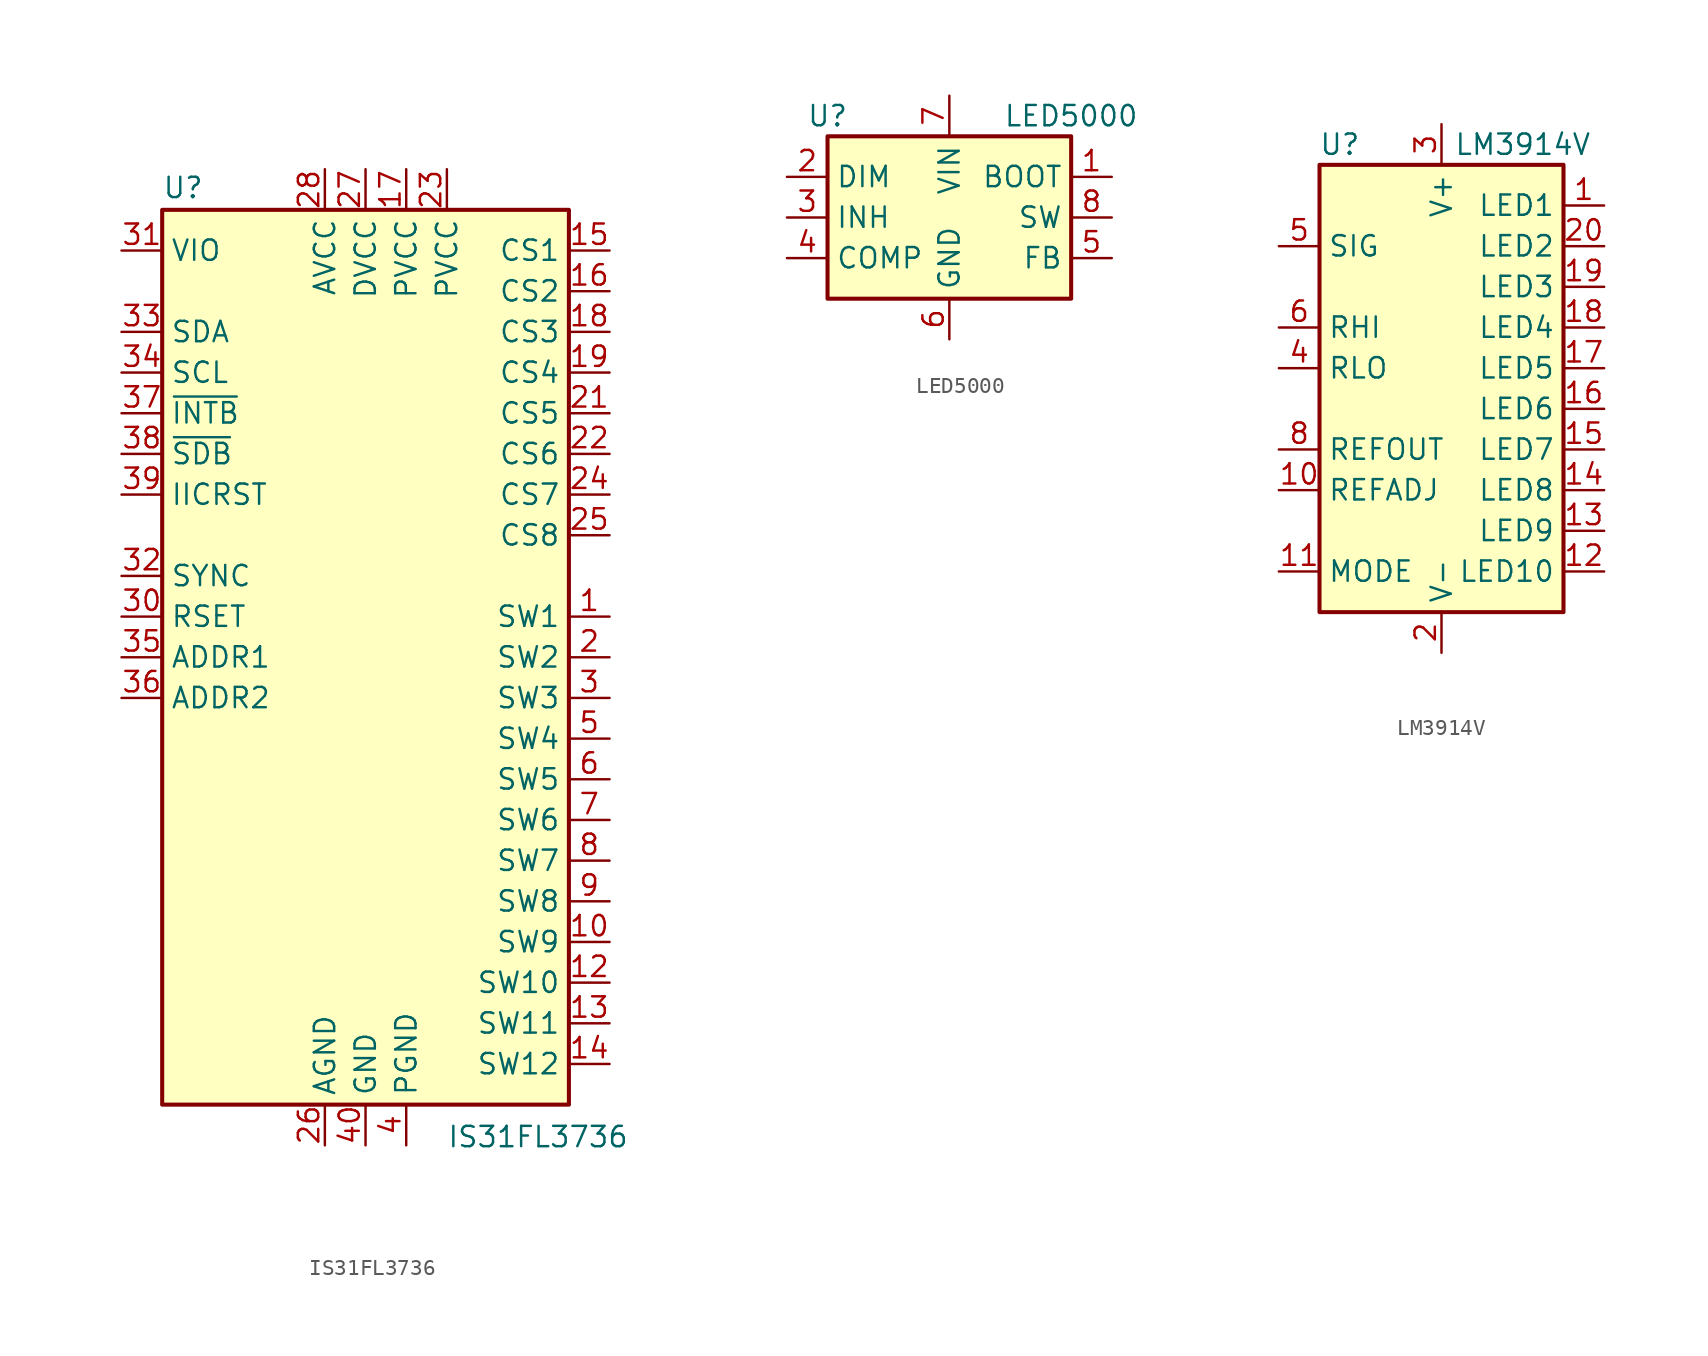
<source format=kicad_sym>
(kicad_symbol_lib
  (version 20200908)
  (generator kicad_symbol_editor)
  (symbol "Driver_LED:IS31FL3736"
    (property "Reference" "U"
      (at -12.7 28.575 0)
      (effects (font (size 1.27 1.27)) (justify left bottom)))
    (property "Value" "IS31FL3736"
      (at 5.08 -29.21 0)
      (effects (font (size 1.27 1.27)) (justify left top)))
    (symbol "IS31FL3736_0_1"
      (rectangle (start -12.7 27.94) (end 12.7 -27.94) (stroke (width 0.254)) (fill (type background))))
    (symbol "IS31FL3736_1_1"
      (pin input line (at 15.24 2.54 180) (length 2.54) (name "SW1" (effects (font (size 1.27 1.27)))) (number "1" (effects (font (size 1.27 1.27)))))
      (pin input line (at 15.24 -17.78 180) (length 2.54) (name "SW9" (effects (font (size 1.27 1.27)))) (number "10" (effects (font (size 1.27 1.27)))))
      (pin passive line (at 2.54 -30.48 90) (length 2.54) hide (name "PGND" (effects (font (size 1.27 1.27)))) (number "11" (effects (font (size 1.27 1.27)))))
      (pin input line (at 15.24 -20.32 180) (length 2.54) (name "SW10" (effects (font (size 1.27 1.27)))) (number "12" (effects (font (size 1.27 1.27)))))
      (pin input line (at 15.24 -22.86 180) (length 2.54) (name "SW11" (effects (font (size 1.27 1.27)))) (number "13" (effects (font (size 1.27 1.27)))))
      (pin input line (at 15.24 -25.4 180) (length 2.54) (name "SW12" (effects (font (size 1.27 1.27)))) (number "14" (effects (font (size 1.27 1.27)))))
      (pin output line (at 15.24 25.4 180) (length 2.54) (name "CS1" (effects (font (size 1.27 1.27)))) (number "15" (effects (font (size 1.27 1.27)))))
      (pin output line (at 15.24 22.86 180) (length 2.54) (name "CS2" (effects (font (size 1.27 1.27)))) (number "16" (effects (font (size 1.27 1.27)))))
      (pin power_in line (at 2.54 30.48 270) (length 2.54) (name "PVCC" (effects (font (size 1.27 1.27)))) (number "17" (effects (font (size 1.27 1.27)))))
      (pin output line (at 15.24 20.32 180) (length 2.54) (name "CS3" (effects (font (size 1.27 1.27)))) (number "18" (effects (font (size 1.27 1.27)))))
      (pin output line (at 15.24 17.78 180) (length 2.54) (name "CS4" (effects (font (size 1.27 1.27)))) (number "19" (effects (font (size 1.27 1.27)))))
      (pin input line (at 15.24 0 180) (length 2.54) (name "SW2" (effects (font (size 1.27 1.27)))) (number "2" (effects (font (size 1.27 1.27)))))
      (pin unconnected line (at -12.7 -22.86 0) (length 2.54) hide (name "NC" (effects (font (size 1.27 1.27)))) (number "20" (effects (font (size 1.27 1.27)))))
      (pin output line (at 15.24 15.24 180) (length 2.54) (name "CS5" (effects (font (size 1.27 1.27)))) (number "21" (effects (font (size 1.27 1.27)))))
      (pin output line (at 15.24 12.7 180) (length 2.54) (name "CS6" (effects (font (size 1.27 1.27)))) (number "22" (effects (font (size 1.27 1.27)))))
      (pin power_in line (at 5.08 30.48 270) (length 2.54) (name "PVCC" (effects (font (size 1.27 1.27)))) (number "23" (effects (font (size 1.27 1.27)))))
      (pin output line (at 15.24 10.16 180) (length 2.54) (name "CS7" (effects (font (size 1.27 1.27)))) (number "24" (effects (font (size 1.27 1.27)))))
      (pin output line (at 15.24 7.62 180) (length 2.54) (name "CS8" (effects (font (size 1.27 1.27)))) (number "25" (effects (font (size 1.27 1.27)))))
      (pin power_in line (at -2.54 -30.48 90) (length 2.54) (name "AGND" (effects (font (size 1.27 1.27)))) (number "26" (effects (font (size 1.27 1.27)))))
      (pin power_in line (at 0 30.48 270) (length 2.54) (name "DVCC" (effects (font (size 1.27 1.27)))) (number "27" (effects (font (size 1.27 1.27)))))
      (pin power_in line (at -2.54 30.48 270) (length 2.54) (name "AVCC" (effects (font (size 1.27 1.27)))) (number "28" (effects (font (size 1.27 1.27)))))
      (pin unconnected line (at -12.7 -25.4 0) (length 2.54) hide (name "NC" (effects (font (size 1.27 1.27)))) (number "29" (effects (font (size 1.27 1.27)))))
      (pin input line (at 15.24 -2.54 180) (length 2.54) (name "SW3" (effects (font (size 1.27 1.27)))) (number "3" (effects (font (size 1.27 1.27)))))
      (pin passive line (at -15.24 2.54 0) (length 2.54) (name "RSET" (effects (font (size 1.27 1.27)))) (number "30" (effects (font (size 1.27 1.27)))))
      (pin input line (at -15.24 25.4 0) (length 2.54) (name "VIO" (effects (font (size 1.27 1.27)))) (number "31" (effects (font (size 1.27 1.27)))))
      (pin input line (at -15.24 5.08 0) (length 2.54) (name "SYNC" (effects (font (size 1.27 1.27)))) (number "32" (effects (font (size 1.27 1.27)))))
      (pin bidirectional line (at -15.24 20.32 0) (length 2.54) (name "SDA" (effects (font (size 1.27 1.27)))) (number "33" (effects (font (size 1.27 1.27)))))
      (pin input line (at -15.24 17.78 0) (length 2.54) (name "SCL" (effects (font (size 1.27 1.27)))) (number "34" (effects (font (size 1.27 1.27)))))
      (pin input line (at -15.24 0 0) (length 2.54) (name "ADDR1" (effects (font (size 1.27 1.27)))) (number "35" (effects (font (size 1.27 1.27)))))
      (pin input line (at -15.24 -2.54 0) (length 2.54) (name "ADDR2" (effects (font (size 1.27 1.27)))) (number "36" (effects (font (size 1.27 1.27)))))
      (pin open_collector line (at -15.24 15.24 0) (length 2.54) (name "~INTB" (effects (font (size 1.27 1.27)))) (number "37" (effects (font (size 1.27 1.27)))))
      (pin input line (at -15.24 12.7 0) (length 2.54) (name "~SDB" (effects (font (size 1.27 1.27)))) (number "38" (effects (font (size 1.27 1.27)))))
      (pin input line (at -15.24 10.16 0) (length 2.54) (name "IICRST" (effects (font (size 1.27 1.27)))) (number "39" (effects (font (size 1.27 1.27)))))
      (pin power_in line (at 2.54 -30.48 90) (length 2.54) (name "PGND" (effects (font (size 1.27 1.27)))) (number "4" (effects (font (size 1.27 1.27)))))
      (pin power_in line (at 0 -30.48 90) (length 2.54) (name "GND" (effects (font (size 1.27 1.27)))) (number "40" (effects (font (size 1.27 1.27)))))
      (pin passive line (at 0 -30.48 90) (length 2.54) hide (name "GND" (effects (font (size 1.27 1.27)))) (number "41" (effects (font (size 1.27 1.27)))))
      (pin input line (at 15.24 -5.08 180) (length 2.54) (name "SW4" (effects (font (size 1.27 1.27)))) (number "5" (effects (font (size 1.27 1.27)))))
      (pin input line (at 15.24 -7.62 180) (length 2.54) (name "SW5" (effects (font (size 1.27 1.27)))) (number "6" (effects (font (size 1.27 1.27)))))
      (pin input line (at 15.24 -10.16 180) (length 2.54) (name "SW6" (effects (font (size 1.27 1.27)))) (number "7" (effects (font (size 1.27 1.27)))))
      (pin input line (at 15.24 -12.7 180) (length 2.54) (name "SW7" (effects (font (size 1.27 1.27)))) (number "8" (effects (font (size 1.27 1.27)))))
      (pin input line (at 15.24 -15.24 180) (length 2.54) (name "SW8" (effects (font (size 1.27 1.27)))) (number "9" (effects (font (size 1.27 1.27)))))))
  (symbol "Driver_LED:LED5000"
    (property "Reference" "U"
      (at -7.62 6.35 0)
      (effects (font (size 1.27 1.27))))
    (property "Value" "LED5000"
      (at 7.62 6.35 0)
      (effects (font (size 1.27 1.27))))
    (symbol "LED5000_1_1"
      (rectangle (start -7.62 5.08) (end 7.62 -5.08) (stroke (width 0.254)) (fill (type background))))
    (symbol "LED5000_1_0"
      (pin passive line (at 10.16 2.54 180) (length 2.54) (name "BOOT" (effects (font (size 1.27 1.27)))) (number "1" (effects (font (size 1.27 1.27)))))
      (pin input line (at -10.16 2.54 0) (length 2.54) (name "DIM" (effects (font (size 1.27 1.27)))) (number "2" (effects (font (size 1.27 1.27)))))
      (pin input line (at -10.16 0 0) (length 2.54) (name "INH" (effects (font (size 1.27 1.27)))) (number "3" (effects (font (size 1.27 1.27)))))
      (pin passive line (at -10.16 -2.54 0) (length 2.54) (name "COMP" (effects (font (size 1.27 1.27)))) (number "4" (effects (font (size 1.27 1.27)))))
      (pin input line (at 10.16 -2.54 180) (length 2.54) (name "FB" (effects (font (size 1.27 1.27)))) (number "5" (effects (font (size 1.27 1.27)))))
      (pin power_in line (at 0 -7.62 90) (length 2.54) (name "GND" (effects (font (size 1.27 1.27)))) (number "6" (effects (font (size 1.27 1.27)))))
      (pin power_in line (at 0 7.62 270) (length 2.54) (name "VIN" (effects (font (size 1.27 1.27)))) (number "7" (effects (font (size 1.27 1.27)))))
      (pin output line (at 10.16 0 180) (length 2.54) (name "SW" (effects (font (size 1.27 1.27)))) (number "8" (effects (font (size 1.27 1.27)))))
      (pin passive line (at 0 -7.62 90) (length 2.54) hide (name "GND" (effects (font (size 1.27 1.27)))) (number "9" (effects (font (size 1.27 1.27)))))))
  (symbol "Driver_LED:LM3914V"
    (property "Reference" "U"
      (at -6.35 13.97 0)
      (effects (font (size 1.27 1.27))))
    (property "Value" "LM3914V"
      (at 5.08 13.97 0)
      (effects (font (size 1.27 1.27))))
    (symbol "LM3914V_0_1"
      (rectangle (start -7.62 12.7) (end 7.62 -15.24) (stroke (width 0.254)) (fill (type background))))
    (symbol "LM3914V_1_1"
      (pin open_collector line (at 10.16 10.16 180) (length 2.54) (name "LED1" (effects (font (size 1.27 1.27)))) (number "1" (effects (font (size 1.27 1.27)))))
      (pin input line (at -10.16 -7.62 0) (length 2.54) (name "REFADJ" (effects (font (size 1.27 1.27)))) (number "10" (effects (font (size 1.27 1.27)))))
      (pin input line (at -10.16 -12.7 0) (length 2.54) (name "MODE" (effects (font (size 1.27 1.27)))) (number "11" (effects (font (size 1.27 1.27)))))
      (pin open_collector line (at 10.16 -12.7 180) (length 2.54) (name "LED10" (effects (font (size 1.27 1.27)))) (number "12" (effects (font (size 1.27 1.27)))))
      (pin open_collector line (at 10.16 -10.16 180) (length 2.54) (name "LED9" (effects (font (size 1.27 1.27)))) (number "13" (effects (font (size 1.27 1.27)))))
      (pin open_collector line (at 10.16 -7.62 180) (length 2.54) (name "LED8" (effects (font (size 1.27 1.27)))) (number "14" (effects (font (size 1.27 1.27)))))
      (pin open_collector line (at 10.16 -5.08 180) (length 2.54) (name "LED7" (effects (font (size 1.27 1.27)))) (number "15" (effects (font (size 1.27 1.27)))))
      (pin open_collector line (at 10.16 -2.54 180) (length 2.54) (name "LED6" (effects (font (size 1.27 1.27)))) (number "16" (effects (font (size 1.27 1.27)))))
      (pin open_collector line (at 10.16 0 180) (length 2.54) (name "LED5" (effects (font (size 1.27 1.27)))) (number "17" (effects (font (size 1.27 1.27)))))
      (pin open_collector line (at 10.16 2.54 180) (length 2.54) (name "LED4" (effects (font (size 1.27 1.27)))) (number "18" (effects (font (size 1.27 1.27)))))
      (pin open_collector line (at 10.16 5.08 180) (length 2.54) (name "LED3" (effects (font (size 1.27 1.27)))) (number "19" (effects (font (size 1.27 1.27)))))
      (pin power_in line (at 0 -17.78 90) (length 2.54) (name "V-" (effects (font (size 1.27 1.27)))) (number "2" (effects (font (size 1.27 1.27)))))
      (pin open_collector line (at 10.16 7.62 180) (length 2.54) (name "LED2" (effects (font (size 1.27 1.27)))) (number "20" (effects (font (size 1.27 1.27)))))
      (pin power_in line (at 0 15.24 270) (length 2.54) (name "V+" (effects (font (size 1.27 1.27)))) (number "3" (effects (font (size 1.27 1.27)))))
      (pin input line (at -10.16 0 0) (length 2.54) (name "RLO" (effects (font (size 1.27 1.27)))) (number "4" (effects (font (size 1.27 1.27)))))
      (pin input line (at -10.16 7.62 0) (length 2.54) (name "SIG" (effects (font (size 1.27 1.27)))) (number "5" (effects (font (size 1.27 1.27)))))
      (pin input line (at -10.16 2.54 0) (length 2.54) (name "RHI" (effects (font (size 1.27 1.27)))) (number "6" (effects (font (size 1.27 1.27)))))
      (pin unconnected line (at -7.62 5.08 0) (length 2.54) hide (name "NC" (effects (font (size 1.27 1.27)))) (number "7" (effects (font (size 1.27 1.27)))))
      (pin output line (at -10.16 -5.08 0) (length 2.54) (name "REFOUT" (effects (font (size 1.27 1.27)))) (number "8" (effects (font (size 1.27 1.27)))))
      (pin unconnected line (at -7.62 -2.54 0) (length 2.54) hide (name "NC" (effects (font (size 1.27 1.27)))) (number "9" (effects (font (size 1.27 1.27))))))))
</source>
